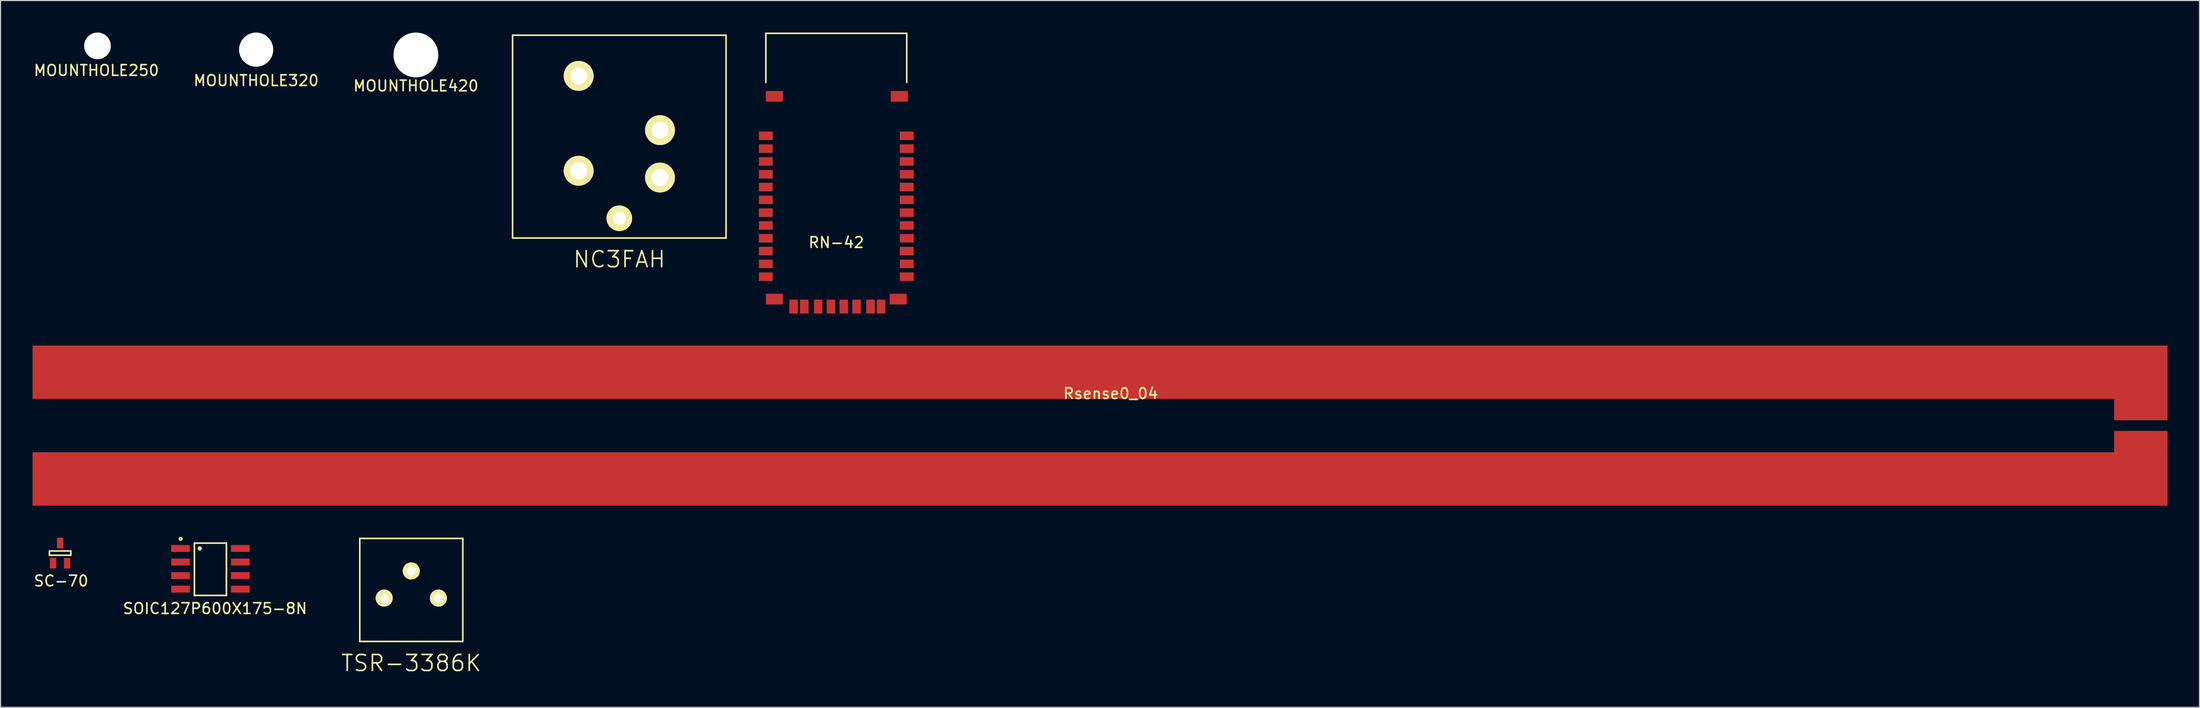
<source format=kicad_pcb>
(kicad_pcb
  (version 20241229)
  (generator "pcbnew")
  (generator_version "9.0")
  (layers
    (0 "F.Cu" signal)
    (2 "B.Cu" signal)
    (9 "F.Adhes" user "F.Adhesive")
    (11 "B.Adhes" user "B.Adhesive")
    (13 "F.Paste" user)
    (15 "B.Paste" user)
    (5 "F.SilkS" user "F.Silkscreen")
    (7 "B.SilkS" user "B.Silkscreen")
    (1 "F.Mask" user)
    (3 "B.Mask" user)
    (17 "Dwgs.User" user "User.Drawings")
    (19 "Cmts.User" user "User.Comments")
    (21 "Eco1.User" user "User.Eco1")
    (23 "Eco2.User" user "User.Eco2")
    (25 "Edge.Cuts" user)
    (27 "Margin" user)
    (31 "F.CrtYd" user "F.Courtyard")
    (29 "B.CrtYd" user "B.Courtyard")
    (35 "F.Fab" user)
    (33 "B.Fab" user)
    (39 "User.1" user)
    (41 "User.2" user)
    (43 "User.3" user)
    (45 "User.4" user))
  (footprint "RN-42"
    (layer "F.Cu")
    (at 75.293 9.675)
    (property "Reference" "RN-42" (at 0 10 0) (layer "F.SilkS") (effects (font (size 1 1) (thickness 0.15))))
    (attr through_hole)
    (fp_line (start -6.6 -9.6) (end -6.6 -5) (stroke (width 0.15) (type solid)) (layer "F.SilkS"))
    (fp_line (start -6.6 -9.6) (end 6.6 -9.6) (stroke (width 0.15) (type solid)) (layer "F.SilkS"))
    (fp_line (start 6.6 -9.6) (end 6.6 -5) (stroke (width 0.15) (type solid)) (layer "F.SilkS"))
    (pad "" smd rect (at -5.8 -3.7) (size 1.6 1) (layers "F.Cu" "F.Mask" "F.Paste"))
    (pad "" smd rect (at -5.8 15.3) (size 1.6 1) (layers "F.Cu" "F.Mask" "F.Paste"))
    (pad "" smd rect (at 5.8 15.3) (size 1.6 1) (layers "F.Cu" "F.Mask" "F.Paste"))
    (pad "" smd rect (at 5.9 -3.7) (size 1.6 1) (layers "F.Cu" "F.Mask" "F.Paste"))
    (pad "1" smd rect (at -6.6 0) (size 1.3 0.8) (layers "F.Cu" "F.Mask" "F.Paste"))
    (pad "2" smd rect (at -6.6 1.2) (size 1.3 0.8) (layers "F.Cu" "F.Mask" "F.Paste"))
    (pad "3" smd rect (at -6.6 2.4) (size 1.3 0.8) (layers "F.Cu" "F.Mask" "F.Paste"))
    (pad "4" smd rect (at -6.6 3.6) (size 1.3 0.8) (layers "F.Cu" "F.Mask" "F.Paste"))
    (pad "5" smd rect (at -6.6 4.8) (size 1.3 0.8) (layers "F.Cu" "F.Mask" "F.Paste"))
    (pad "6" smd rect (at -6.6 6) (size 1.3 0.8) (layers "F.Cu" "F.Mask" "F.Paste"))
    (pad "7" smd rect (at -6.6 7.2) (size 1.3 0.8) (layers "F.Cu" "F.Mask" "F.Paste"))
    (pad "8" smd rect (at -6.6 8.4) (size 1.3 0.8) (layers "F.Cu" "F.Mask" "F.Paste"))
    (pad "9" smd rect (at -6.6 9.6) (size 1.3 0.8) (layers "F.Cu" "F.Mask" "F.Paste"))
    (pad "10" smd rect (at -6.6 10.8) (size 1.3 0.8) (layers "F.Cu" "F.Mask" "F.Paste"))
    (pad "11" smd rect (at -6.6 12) (size 1.3 0.8) (layers "F.Cu" "F.Mask" "F.Paste"))
    (pad "12" smd rect (at -6.6 13.2) (size 1.3 0.8) (layers "F.Cu" "F.Mask" "F.Paste"))
    (pad "13" smd rect (at 6.6 13.2) (size 1.3 0.8) (layers "F.Cu" "F.Mask" "F.Paste"))
    (pad "14" smd rect (at 6.6 12) (size 1.3 0.8) (layers "F.Cu" "F.Mask" "F.Paste"))
    (pad "15" smd rect (at 6.6 10.8) (size 1.3 0.8) (layers "F.Cu" "F.Mask" "F.Paste"))
    (pad "16" smd rect (at 6.6 9.6) (size 1.3 0.8) (layers "F.Cu" "F.Mask" "F.Paste"))
    (pad "17" smd rect (at 6.6 8.4) (size 1.3 0.8) (layers "F.Cu" "F.Mask" "F.Paste"))
    (pad "18" smd rect (at 6.6 7.2) (size 1.3 0.8) (layers "F.Cu" "F.Mask" "F.Paste"))
    (pad "19" smd rect (at 6.6 6) (size 1.3 0.8) (layers "F.Cu" "F.Mask" "F.Paste"))
    (pad "20" smd rect (at 6.6 4.8) (size 1.3 0.8) (layers "F.Cu" "F.Mask" "F.Paste"))
    (pad "21" smd rect (at 6.6 3.6) (size 1.3 0.8) (layers "F.Cu" "F.Mask" "F.Paste"))
    (pad "22" smd rect (at 6.6 2.4) (size 1.3 0.8) (layers "F.Cu" "F.Mask" "F.Paste"))
    (pad "23" smd rect (at 6.6 1.2) (size 1.3 0.8) (layers "F.Cu" "F.Mask" "F.Paste"))
    (pad "24" smd rect (at 6.6 0) (size 1.3 0.8) (layers "F.Cu" "F.Mask" "F.Paste"))
    (pad "28" smd rect (at 3.2 16 90) (size 1.3 0.8) (layers "F.Cu" "F.Mask" "F.Paste"))
    (pad "29" smd rect (at -3 16 90) (size 1.3 0.8) (layers "F.Cu" "F.Mask" "F.Paste"))
    (pad "30" smd rect (at 4.2 16 90) (size 1.3 0.8) (layers "F.Cu" "F.Mask" "F.Paste"))
    (pad "31" smd rect (at 1.9 16 90) (size 1.3 0.8) (layers "F.Cu" "F.Mask" "F.Paste"))
    (pad "32" smd rect (at 0.7 16 90) (size 1.3 0.8) (layers "F.Cu" "F.Mask" "F.Paste"))
    (pad "33" smd rect (at -0.5 16 90) (size 1.3 0.8) (layers "F.Cu" "F.Mask" "F.Paste"))
    (pad "34" smd rect (at -1.7 16 90) (size 1.3 0.8) (layers "F.Cu" "F.Mask" "F.Paste"))
    (pad "35" smd rect (at -4 16 90) (size 1.3 0.8) (layers "F.Cu" "F.Mask" "F.Paste")))
  (footprint "NC3FAH"
    (layer "F.Cu")
    (at 54.968 0.25)
    (property "Reference" "NC3FAH" (at 0 21 0) (layer "F.SilkS") (effects (font (size 1.5 1.5) (thickness 0.15))))
    (attr through_hole)
    (fp_line (start -10 0) (end -10 19) (stroke (width 0.15) (type solid)) (layer "F.SilkS"))
    (fp_line (start -10 0) (end 10 0) (stroke (width 0.15) (type solid)) (layer "F.SilkS"))
    (fp_line (start -10 19) (end 10 19) (stroke (width 0.15) (type solid)) (layer "F.SilkS"))
    (fp_line (start 10 19) (end 10 0) (stroke (width 0.15) (type solid)) (layer "F.SilkS"))
    (pad "1" thru_hole circle (at -3.81 12.7) (size 2.8 2.8) (drill 1.6) (layers "*.Cu" "*.Mask" "F.SilkS"))
    (pad "2" thru_hole circle (at 3.81 13.335) (size 2.8 2.8) (drill 1.6) (layers "*.Cu" "*.Mask" "F.SilkS"))
    (pad "3" thru_hole circle (at 0 17.15) (size 2.4 2.4) (drill 1.2) (layers "*.Cu" "*.Mask" "F.SilkS"))
    (pad "4" thru_hole circle (at 3.81 8.89) (size 2.8 2.8) (drill 1.6) (layers "*.Cu" "*.Mask" "F.SilkS"))
    (pad "5" thru_hole circle (at -3.81 3.81) (size 2.8 2.8) (drill 1.6) (layers "*.Cu" "*.Mask" "F.SilkS")))
  (footprint "MOUNTHOLE320"
    (layer "F.Cu")
    (at 20.946 1.6)
    (property "Reference" "MOUNTHOLE320" (at 0 2.9 0) (layer "F.SilkS") (effects (font (size 1 1) (thickness 0.15))))
    (attr through_hole)
    (pad "" np_thru_hole circle (at 0 0) (size 3.2 3.2) (drill 3.2) (layers "*.Cu")))
  (footprint "Rsense0_04"
    (layer "F.Cu")
    (at 100 36.825)
    (property "Reference" "Rsense0_04" (at 1 -3 0) (layer "F.SilkS") (effects (font (size 1 1) (thickness 0.15))))
    (attr through_hole)
    (pad "1" smd rect (at 0 -5) (size 200 5) (layers "F.Cu" "F.Mask" "F.Paste"))
    (pad "1" smd rect (at 97.5 -1.5) (size 5 2) (layers "F.Cu" "F.Mask" "F.Paste"))
    (pad "2" smd rect (at 0 5) (size 200 5) (layers "F.Cu" "F.Mask" "F.Paste"))
    (pad "2" smd rect (at 97.5 1.5) (size 5 2) (layers "F.Cu" "F.Mask" "F.Paste")))
  (footprint "MOUNTHOLE250"
    (layer "F.Cu")
    (at 6.082 1.25)
    (property "Reference" "MOUNTHOLE250" (at -0.1 2.3 0) (layer "F.SilkS") (effects (font (size 1 1) (thickness 0.15))))
    (attr through_hole)
    (pad "" np_thru_hole circle (at 0 0) (size 2.5 2.5) (drill 2.5) (layers "*.Cu")))
  (footprint "SOIC127P600X175-8N"
    (layer "F.Cu")
    (at 16.659 50.24)
    (property "Reference" "SOIC127P600X175-8N" (at 0.43 3.73 0) (layer "F.SilkS") (effects (font (size 1 1) (thickness 0.15))))
    (attr through_hole)
    (fp_line (start -1.5 -2.4) (end 1.5 -2.4) (stroke (width 0.15) (type solid)) (layer "F.SilkS"))
    (fp_line (start -1.5 2.5) (end -1.5 -2.4) (stroke (width 0.15) (type solid)) (layer "F.SilkS"))
    (fp_line (start -1.4 2.5) (end -1.5 2.5) (stroke (width 0.15) (type solid)) (layer "F.SilkS"))
    (fp_line (start 1.5 -2.4) (end 1.5 2.5) (stroke (width 0.15) (type solid)) (layer "F.SilkS"))
    (fp_line (start 1.5 2.5) (end -1.4 2.5) (stroke (width 0.15) (type solid)) (layer "F.SilkS"))
    (fp_circle (center -2.78 -2.8) (end -2.74 -2.8) (stroke (width 0.15) (type solid)) (fill no) (layer "F.SilkS"))
    (fp_circle (center -1 -1.9) (end -1 -1.8) (stroke (width 0.2) (type solid)) (fill no) (layer "F.SilkS"))
    (pad "1" smd rect (at -2.8 -1.9) (size 1.75 0.65) (layers "F.Cu" "F.Mask" "F.Paste"))
    (pad "2" smd rect (at -2.8 -0.63) (size 1.75 0.65) (layers "F.Cu" "F.Mask" "F.Paste"))
    (pad "3" smd rect (at -2.8 0.64) (size 1.75 0.65) (layers "F.Cu" "F.Mask" "F.Paste"))
    (pad "4" smd rect (at -2.8 1.91) (size 1.75 0.65) (layers "F.Cu" "F.Mask" "F.Paste"))
    (pad "5" smd rect (at 2.8 1.91) (size 1.75 0.65) (layers "F.Cu" "F.Mask" "F.Paste"))
    (pad "6" smd rect (at 2.8 0.64) (size 1.75 0.65) (layers "F.Cu" "F.Mask" "F.Paste"))
    (pad "7" smd rect (at 2.8 -0.63) (size 1.75 0.65) (layers "F.Cu" "F.Mask" "F.Paste"))
    (pad "8" smd rect (at 2.8 -1.9) (size 1.75 0.65) (layers "F.Cu" "F.Mask" "F.Paste")))
  (footprint "TSR-3386K"
    (layer "F.Cu")
    (at 35.48 52.988)
    (property "Reference" "TSR-3386K" (at 0 6.096 0) (layer "F.SilkS") (effects (font (size 1.5 1.5) (thickness 0.15))))
    (attr through_hole)
    (fp_line (start -4.826 -5.588) (end -4.826 4.064) (stroke (width 0.15) (type solid)) (layer "F.SilkS"))
    (fp_line (start -4.826 -5.588) (end 4.826 -5.588) (stroke (width 0.15) (type solid)) (layer "F.SilkS"))
    (fp_line (start -4.826 4.064) (end 4.826 4.064) (stroke (width 0.15) (type solid)) (layer "F.SilkS"))
    (fp_line (start 4.826 -5.588) (end 4.826 -5.461) (stroke (width 0.15) (type solid)) (layer "F.SilkS"))
    (fp_line (start 4.826 4.064) (end 4.826 -5.588) (stroke (width 0.15) (type solid)) (layer "F.SilkS"))
    (pad "1" thru_hole circle (at -2.54 0) (size 1.6 1.6) (drill 0.8) (layers "*.Cu" "*.Mask" "F.SilkS"))
    (pad "2" thru_hole circle (at 0 -2.54) (size 1.6 1.6) (drill 0.8) (layers "*.Cu" "*.Mask" "F.SilkS"))
    (pad "3" thru_hole circle (at 2.54 0) (size 1.6 1.6) (drill 0.8) (layers "*.Cu" "*.Mask" "F.SilkS")))
  (footprint "MOUNTHOLE420"
    (layer "F.Cu")
    (at 35.911 2.1)
    (property "Reference" "MOUNTHOLE420" (at 0 2.9 0) (layer "F.SilkS") (effects (font (size 1 1) (thickness 0.15))))
    (attr through_hole)
    (pad "" np_thru_hole circle (at 0 0) (size 4.2 4.2) (drill 4.2) (layers "*.Cu")))
  (footprint "SC-70"
    (layer "F.Cu")
    (at 2.583 48.775)
    (property "Reference" "SC-70" (at 0.09 2.61 0) (layer "F.SilkS") (effects (font (size 1 1) (thickness 0.15))))
    (attr through_hole)
    (fp_line (start -1 -0.2) (end -1 0.2) (stroke (width 0.15) (type solid)) (layer "F.SilkS"))
    (fp_line (start -1 0.2) (end 1 0.2) (stroke (width 0.15) (type solid)) (layer "F.SilkS"))
    (fp_line (start 1 -0.2) (end -1 -0.2) (stroke (width 0.15) (type solid)) (layer "F.SilkS"))
    (fp_line (start 1 0.2) (end 1 -0.2) (stroke (width 0.15) (type solid)) (layer "F.SilkS"))
    (pad "1" smd rect (at -0.66 0.94) (size 0.6 1) (layers "F.Cu" "F.Mask" "F.Paste"))
    (pad "2" smd rect (at 0.65 0.95) (size 0.6 1) (layers "F.Cu" "F.Mask" "F.Paste"))
    (pad "3" smd rect (at 0 -0.95) (size 0.6 1) (layers "F.Cu" "F.Mask" "F.Paste")))
  (gr_rect
    (start -3 -3)
    (end 203 63.225)
    (stroke (width 0.1) (type default))
    (fill no)
    (layer "Edge.Cuts")))
</source>
